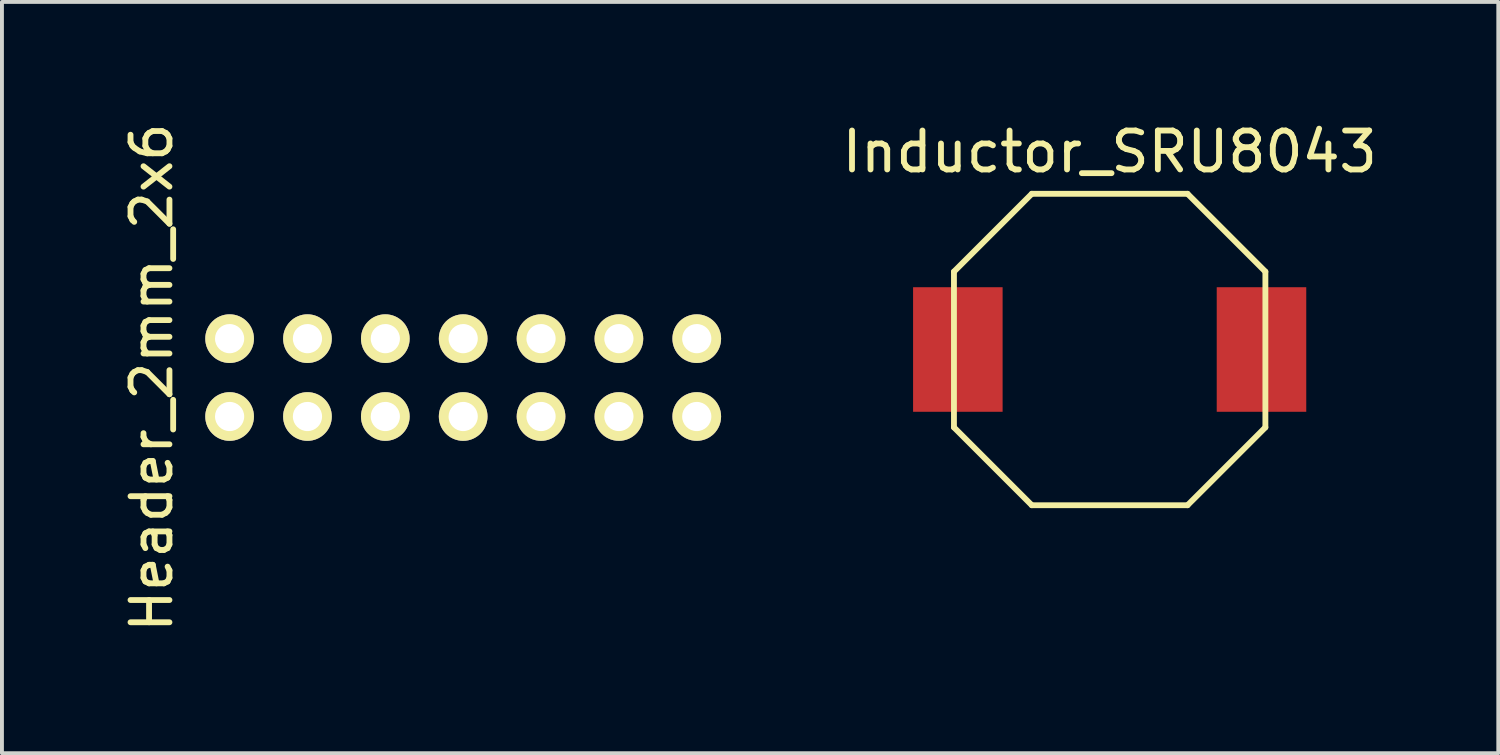
<source format=kicad_pcb>
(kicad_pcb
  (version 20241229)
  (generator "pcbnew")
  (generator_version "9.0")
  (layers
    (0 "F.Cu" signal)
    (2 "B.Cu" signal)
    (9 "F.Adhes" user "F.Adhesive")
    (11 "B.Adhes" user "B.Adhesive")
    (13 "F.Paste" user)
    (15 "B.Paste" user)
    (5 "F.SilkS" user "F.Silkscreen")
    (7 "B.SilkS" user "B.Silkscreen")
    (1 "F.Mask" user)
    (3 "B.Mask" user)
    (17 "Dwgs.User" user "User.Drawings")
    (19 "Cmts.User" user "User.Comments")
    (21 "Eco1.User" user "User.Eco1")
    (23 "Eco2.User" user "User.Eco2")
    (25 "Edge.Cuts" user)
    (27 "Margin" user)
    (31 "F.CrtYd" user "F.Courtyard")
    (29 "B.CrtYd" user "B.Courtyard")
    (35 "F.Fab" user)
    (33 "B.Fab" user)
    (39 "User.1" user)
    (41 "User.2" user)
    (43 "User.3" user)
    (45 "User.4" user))
  (footprint "Header_2mm_2x6"
    (layer "F.Cu")
    (at 2.848 7.649)
    (property "Reference" "Header_2mm_2x6" (at -2 -1 90) (layer "F.SilkS") (effects (font (size 1 1) (thickness 0.15))))
    (attr through_hole)
    (pad "1" thru_hole circle (at 0 0) (size 1.25 1.25) (drill 0.75) (layers "*.Cu" "*.Mask" "F.SilkS"))
    (pad "2" thru_hole circle (at 0 -2) (size 1.25 1.25) (drill 0.75) (layers "*.Cu" "*.Mask" "F.SilkS"))
    (pad "3" thru_hole circle (at 2 0) (size 1.25 1.25) (drill 0.75) (layers "*.Cu" "*.Mask" "F.SilkS"))
    (pad "4" thru_hole circle (at 2 -2) (size 1.25 1.25) (drill 0.75) (layers "*.Cu" "*.Mask" "F.SilkS"))
    (pad "5" thru_hole circle (at 4 0) (size 1.25 1.25) (drill 0.75) (layers "*.Cu" "*.Mask" "F.SilkS"))
    (pad "6" thru_hole circle (at 4 -2) (size 1.25 1.25) (drill 0.75) (layers "*.Cu" "*.Mask" "F.SilkS"))
    (pad "7" thru_hole circle (at 6 0) (size 1.25 1.25) (drill 0.75) (layers "*.Cu" "*.Mask" "F.SilkS"))
    (pad "8" thru_hole circle (at 6 -2) (size 1.25 1.25) (drill 0.75) (layers "*.Cu" "*.Mask" "F.SilkS"))
    (pad "9" thru_hole circle (at 8 0) (size 1.25 1.25) (drill 0.75) (layers "*.Cu" "*.Mask" "F.SilkS"))
    (pad "10" thru_hole circle (at 8 -2) (size 1.25 1.25) (drill 0.75) (layers "*.Cu" "*.Mask" "F.SilkS"))
    (pad "11" thru_hole circle (at 10 0) (size 1.25 1.25) (drill 0.75) (layers "*.Cu" "*.Mask" "F.SilkS"))
    (pad "12" thru_hole circle (at 10 -2) (size 1.25 1.25) (drill 0.75) (layers "*.Cu" "*.Mask" "F.SilkS"))
    (pad "13" thru_hole circle (at 12 0) (size 1.25 1.25) (drill 0.75) (layers "*.Cu" "*.Mask" "F.SilkS"))
    (pad "14" thru_hole circle (at 12 -2) (size 1.25 1.25) (drill 0.75) (layers "*.Cu" "*.Mask" "F.SilkS")))
  (footprint "Inductor_SRU8043"
    (layer "F.Cu")
    (at 25.455 5.928)
    (property "Reference" "Inductor_SRU8043" (at 0 -5.08 0) (layer "F.SilkS") (effects (font (size 1 1) (thickness 0.15))))
    (attr through_hole)
    (fp_line (start -4 -2) (end -2 -4) (stroke (width 0.15) (type solid)) (layer "F.SilkS"))
    (fp_line (start -4 2) (end -4 -2) (stroke (width 0.15) (type solid)) (layer "F.SilkS"))
    (fp_line (start -2 -4) (end 2 -4) (stroke (width 0.15) (type solid)) (layer "F.SilkS"))
    (fp_line (start -2 4) (end -4 2) (stroke (width 0.15) (type solid)) (layer "F.SilkS"))
    (fp_line (start 2 -4) (end 4 -2) (stroke (width 0.15) (type solid)) (layer "F.SilkS"))
    (fp_line (start 2 4) (end -2 4) (stroke (width 0.15) (type solid)) (layer "F.SilkS"))
    (fp_line (start 4 -2) (end 4 2) (stroke (width 0.15) (type solid)) (layer "F.SilkS"))
    (fp_line (start 4 2) (end 2 4) (stroke (width 0.15) (type solid)) (layer "F.SilkS"))
    (pad "1" smd rect (at -3.9 0) (size 2.3 3.2) (layers "F.Cu" "F.Mask" "F.Paste"))
    (pad "2" smd rect (at 3.9 0) (size 2.3 3.2) (layers "F.Cu" "F.Mask" "F.Paste")))
  (gr_rect
    (start -3 -3)
    (end 35.438 16.298)
    (stroke (width 0.1) (type default))
    (fill no)
    (layer "Edge.Cuts")))
</source>
